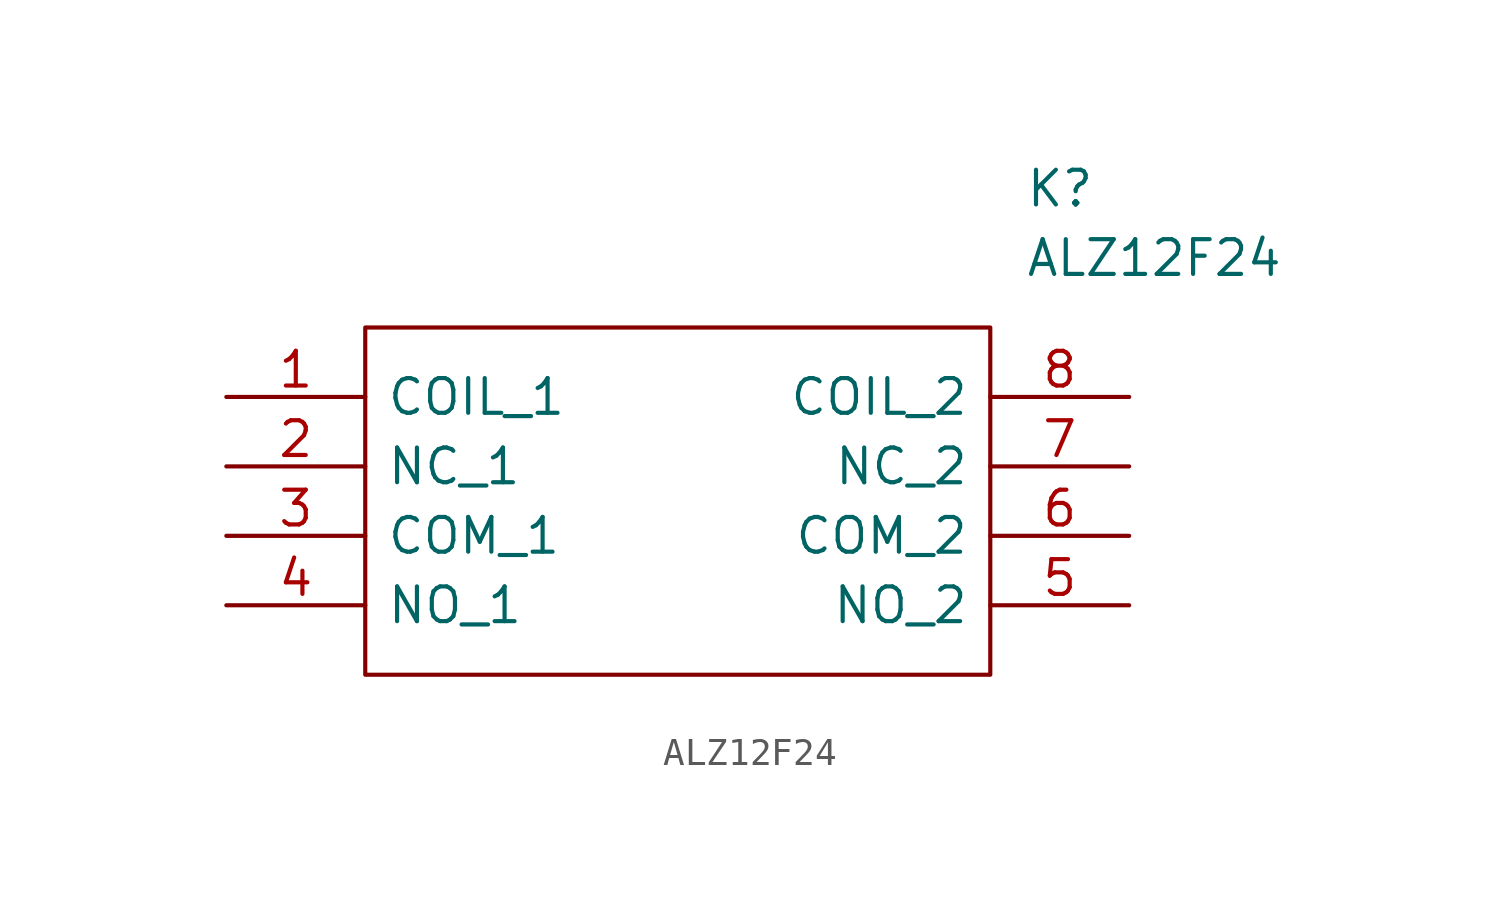
<source format=kicad_sym>
(kicad_symbol_lib
  (version 20211014)
  (generator kicad_symbol_editor)
  (symbol "ALZ12F24"
    (pin_names
      (offset 0.762))
    (property "Reference" "K"
      (at 29.21 7.62 0)
      (effects (font (size 1.27 1.27)) (justify left)))
    (property "Value" "ALZ12F24"
      (at 29.21 5.08 0)
      (effects (font (size 1.27 1.27)) (justify left)))
    (symbol "ALZ12F24_0_0"
      (pin passive line (at 0 0 0) (length 5.08) (name "COIL_1" (effects (font (size 1.27 1.27)))) (number "1" (effects (font (size 1.27 1.27)))))
      (pin passive line (at 0 -2.54 0) (length 5.08) (name "NC_1" (effects (font (size 1.27 1.27)))) (number "2" (effects (font (size 1.27 1.27)))))
      (pin passive line (at 0 -5.08 0) (length 5.08) (name "COM_1" (effects (font (size 1.27 1.27)))) (number "3" (effects (font (size 1.27 1.27)))))
      (pin passive line (at 0 -7.62 0) (length 5.08) (name "NO_1" (effects (font (size 1.27 1.27)))) (number "4" (effects (font (size 1.27 1.27)))))
      (pin passive line (at 33.02 -7.62 180) (length 5.08) (name "NO_2" (effects (font (size 1.27 1.27)))) (number "5" (effects (font (size 1.27 1.27)))))
      (pin passive line (at 33.02 -5.08 180) (length 5.08) (name "COM_2" (effects (font (size 1.27 1.27)))) (number "6" (effects (font (size 1.27 1.27)))))
      (pin passive line (at 33.02 -2.54 180) (length 5.08) (name "NC_2" (effects (font (size 1.27 1.27)))) (number "7" (effects (font (size 1.27 1.27)))))
      (pin passive line (at 33.02 0 180) (length 5.08) (name "COIL_2" (effects (font (size 1.27 1.27)))) (number "8" (effects (font (size 1.27 1.27))))))
    (symbol "ALZ12F24_0_1"
      (polyline (pts (xy 5.08 2.54) (xy 27.94 2.54) (xy 27.94 -10.16) (xy 5.08 -10.16) (xy 5.08 2.54)) (stroke (width 0.152) (type default) (color 0 0 0 0)) (fill (type none))))))
</source>
